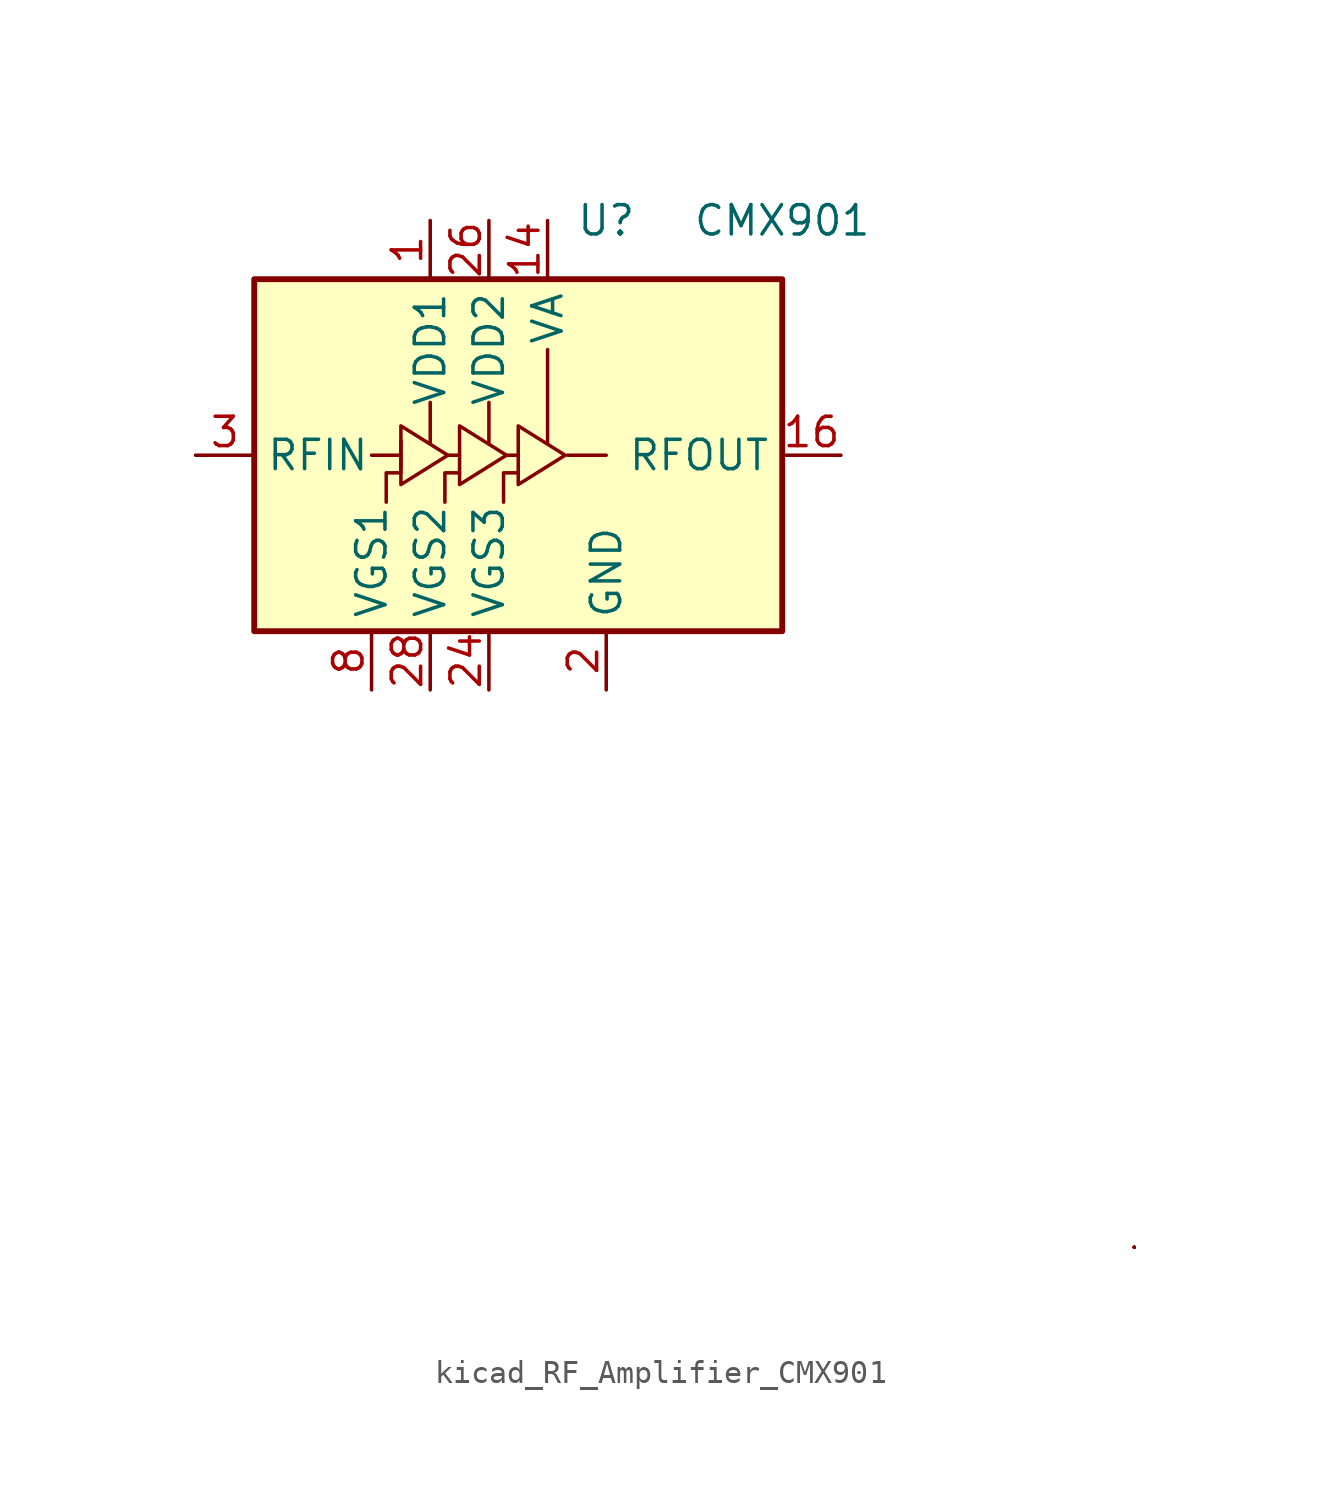
<source format=kicad_sym>
(kicad_symbol_lib
  (version 20220914)
  (generator kicad_symbol_editor)
  (symbol "kicad_RF_Amplifier_CMX901"
    (property "Reference" "U"
      (at 2.54 10.16 0)
      (effects (font (size 1.27 1.27))))
    (property "Value" "CMX901"
      (at 10.16 10.16 0)
      (effects (font (size 1.27 1.27))))
    (symbol "kicad_RF_Amplifier_CMX901_0_0"
      (pin passive line (at 2.54 -10.16 90) (length 2.54) hide (name "GND" (effects (font (size 1.27 1.27)))) (number "10" (effects (font (size 1.27 1.27)))))
      (pin passive line (at 2.54 -10.16 90) (length 2.54) hide (name "GND" (effects (font (size 1.27 1.27)))) (number "11" (effects (font (size 1.27 1.27)))))
      (pin passive line (at 2.54 -10.16 90) (length 2.54) hide (name "GND" (effects (font (size 1.27 1.27)))) (number "12" (effects (font (size 1.27 1.27)))))
      (pin passive line (at 2.54 -10.16 90) (length 2.54) hide (name "GND" (effects (font (size 1.27 1.27)))) (number "13" (effects (font (size 1.27 1.27)))))
      (pin passive line (at 2.54 -10.16 90) (length 2.54) hide (name "GND" (effects (font (size 1.27 1.27)))) (number "15" (effects (font (size 1.27 1.27)))))
      (pin power_in line (at 2.54 -10.16 90) (length 2.54) (name "GND" (effects (font (size 1.27 1.27)))) (number "2" (effects (font (size 1.27 1.27)))))
      (pin passive line (at 2.54 -10.16 90) (length 2.54) hide (name "GND" (effects (font (size 1.27 1.27)))) (number "21" (effects (font (size 1.27 1.27)))))
      (pin passive line (at 2.54 -10.16 90) (length 2.54) hide (name "GND" (effects (font (size 1.27 1.27)))) (number "22" (effects (font (size 1.27 1.27)))))
      (pin passive line (at 2.54 -10.16 90) (length 2.54) hide (name "GND" (effects (font (size 1.27 1.27)))) (number "23" (effects (font (size 1.27 1.27)))))
      (pin passive line (at 2.54 -10.16 90) (length 2.54) hide (name "GND" (effects (font (size 1.27 1.27)))) (number "25" (effects (font (size 1.27 1.27)))))
      (pin passive line (at 2.54 -10.16 90) (length 2.54) hide (name "GND" (effects (font (size 1.27 1.27)))) (number "27" (effects (font (size 1.27 1.27)))))
      (pin passive line (at 2.54 -10.16 90) (length 2.54) hide (name "GND" (effects (font (size 1.27 1.27)))) (number "29" (effects (font (size 1.27 1.27)))))
      (pin passive line (at 2.54 -10.16 90) (length 2.54) hide (name "GND" (effects (font (size 1.27 1.27)))) (number "4" (effects (font (size 1.27 1.27)))))
      (pin passive line (at 2.54 -10.16 90) (length 2.54) hide (name "GND" (effects (font (size 1.27 1.27)))) (number "6" (effects (font (size 1.27 1.27)))))
      (pin passive line (at 2.54 -10.16 90) (length 2.54) hide (name "GND" (effects (font (size 1.27 1.27)))) (number "7" (effects (font (size 1.27 1.27)))))
      (pin passive line (at 2.54 -10.16 90) (length 2.54) hide (name "GND" (effects (font (size 1.27 1.27)))) (number "9" (effects (font (size 1.27 1.27))))))
    (symbol "kicad_RF_Amplifier_CMX901_0_1"
      (rectangle (start -12.7 7.62) (end 10.16 -7.62) (stroke (width 0.254) (type default)) (fill (type background)))
      (polyline (pts (xy -7.62 0) (xy -6.35 0)) (stroke (width 0) (type default)) (fill (type none)))
      (polyline (pts (xy -6.35 -0.635) (xy -6.35 0.635)) (stroke (width 0) (type default)) (fill (type none)))
      (polyline (pts (xy -5.08 0.508) (xy -5.08 2.286)) (stroke (width 0) (type default)) (fill (type none)))
      (polyline (pts (xy -4.318 0) (xy -3.81 0)) (stroke (width 0) (type default)) (fill (type none)))
      (polyline (pts (xy -2.54 0.508) (xy -2.54 2.286)) (stroke (width 0) (type default)) (fill (type none)))
      (polyline (pts (xy -1.778 0) (xy -1.27 0)) (stroke (width 0) (type default)) (fill (type none)))
      (polyline (pts (xy 0 0.508) (xy 0 4.572)) (stroke (width 0) (type default)) (fill (type none)))
      (polyline (pts (xy 0.864 0) (xy 2.54 0)) (stroke (width 0) (type default)) (fill (type none)))
      (polyline (pts (xy 25.4 -34.29) (xy 25.4 -34.29)) (stroke (width 0) (type default)) (fill (type none)))
      (polyline (pts (xy 25.4 -34.29) (xy 25.4 -34.29)) (stroke (width 0) (type default)) (fill (type none)))
      (polyline (pts (xy 25.4 -34.29) (xy 25.4 -34.29)) (stroke (width 0) (type default)) (fill (type none)))
      (polyline (pts (xy 25.4 -34.29) (xy 25.4 -34.29)) (stroke (width 0) (type default)) (fill (type none)))
      (polyline (pts (xy -6.35 -0.762) (xy -6.985 -0.762) (xy -6.985 -2.032)) (stroke (width 0) (type default)) (fill (type none)))
      (polyline (pts (xy -3.81 -0.762) (xy -4.445 -0.762) (xy -4.445 -2.032)) (stroke (width 0) (type default)) (fill (type none)))
      (polyline (pts (xy -1.27 -0.762) (xy -1.905 -0.762) (xy -1.905 -2.032)) (stroke (width 0) (type default)) (fill (type none)))
      (polyline (pts (xy -6.35 0) (xy -6.35 1.27) (xy -4.318 0) (xy -6.35 -1.27) (xy -6.35 0)) (stroke (width 0) (type default)) (fill (type none)))
      (polyline (pts (xy -3.81 0) (xy -3.81 1.27) (xy -1.778 0) (xy -3.81 -1.27) (xy -3.81 0)) (stroke (width 0) (type default)) (fill (type none)))
      (polyline (pts (xy -1.27 0) (xy -1.27 1.27) (xy 0.762 0) (xy -1.27 -1.27) (xy -1.27 0)) (stroke (width 0) (type default)) (fill (type none))))
    (symbol "kicad_RF_Amplifier_CMX901_1_1"
      (pin power_in line (at -5.08 10.16 270) (length 2.54) (name "VDD1" (effects (font (size 1.27 1.27)))) (number "1" (effects (font (size 1.27 1.27)))))
      (pin power_in line (at 0 10.16 270) (length 2.54) (name "VA" (effects (font (size 1.27 1.27)))) (number "14" (effects (font (size 1.27 1.27)))))
      (pin output line (at 12.7 0 180) (length 2.54) (name "RFOUT" (effects (font (size 1.27 1.27)))) (number "16" (effects (font (size 1.27 1.27)))))
      (pin output line (at 12.7 0 180) (length 2.54) hide (name "RFOUT" (effects (font (size 1.27 1.27)))) (number "17" (effects (font (size 1.27 1.27)))))
      (pin output line (at 12.7 0 180) (length 2.54) hide (name "RFOUT" (effects (font (size 1.27 1.27)))) (number "18" (effects (font (size 1.27 1.27)))))
      (pin output line (at 12.7 0 180) (length 2.54) hide (name "RFOUT" (effects (font (size 1.27 1.27)))) (number "19" (effects (font (size 1.27 1.27)))))
      (pin output line (at 12.7 0 180) (length 2.54) hide (name "RFOUT" (effects (font (size 1.27 1.27)))) (number "20" (effects (font (size 1.27 1.27)))))
      (pin input line (at -2.54 -10.16 90) (length 2.54) (name "VGS3" (effects (font (size 1.27 1.27)))) (number "24" (effects (font (size 1.27 1.27)))))
      (pin power_in line (at -2.54 10.16 270) (length 2.54) (name "VDD2" (effects (font (size 1.27 1.27)))) (number "26" (effects (font (size 1.27 1.27)))))
      (pin input line (at -5.08 -10.16 90) (length 2.54) (name "VGS2" (effects (font (size 1.27 1.27)))) (number "28" (effects (font (size 1.27 1.27)))))
      (pin input line (at -15.24 0 0) (length 2.54) (name "RFIN" (effects (font (size 1.27 1.27)))) (number "3" (effects (font (size 1.27 1.27)))))
      (pin input line (at -15.24 0 0) (length 2.54) hide (name "RFIN" (effects (font (size 1.27 1.27)))) (number "5" (effects (font (size 1.27 1.27)))))
      (pin input line (at -7.62 -10.16 90) (length 2.54) (name "VGS1" (effects (font (size 1.27 1.27)))) (number "8" (effects (font (size 1.27 1.27))))))))
</source>
